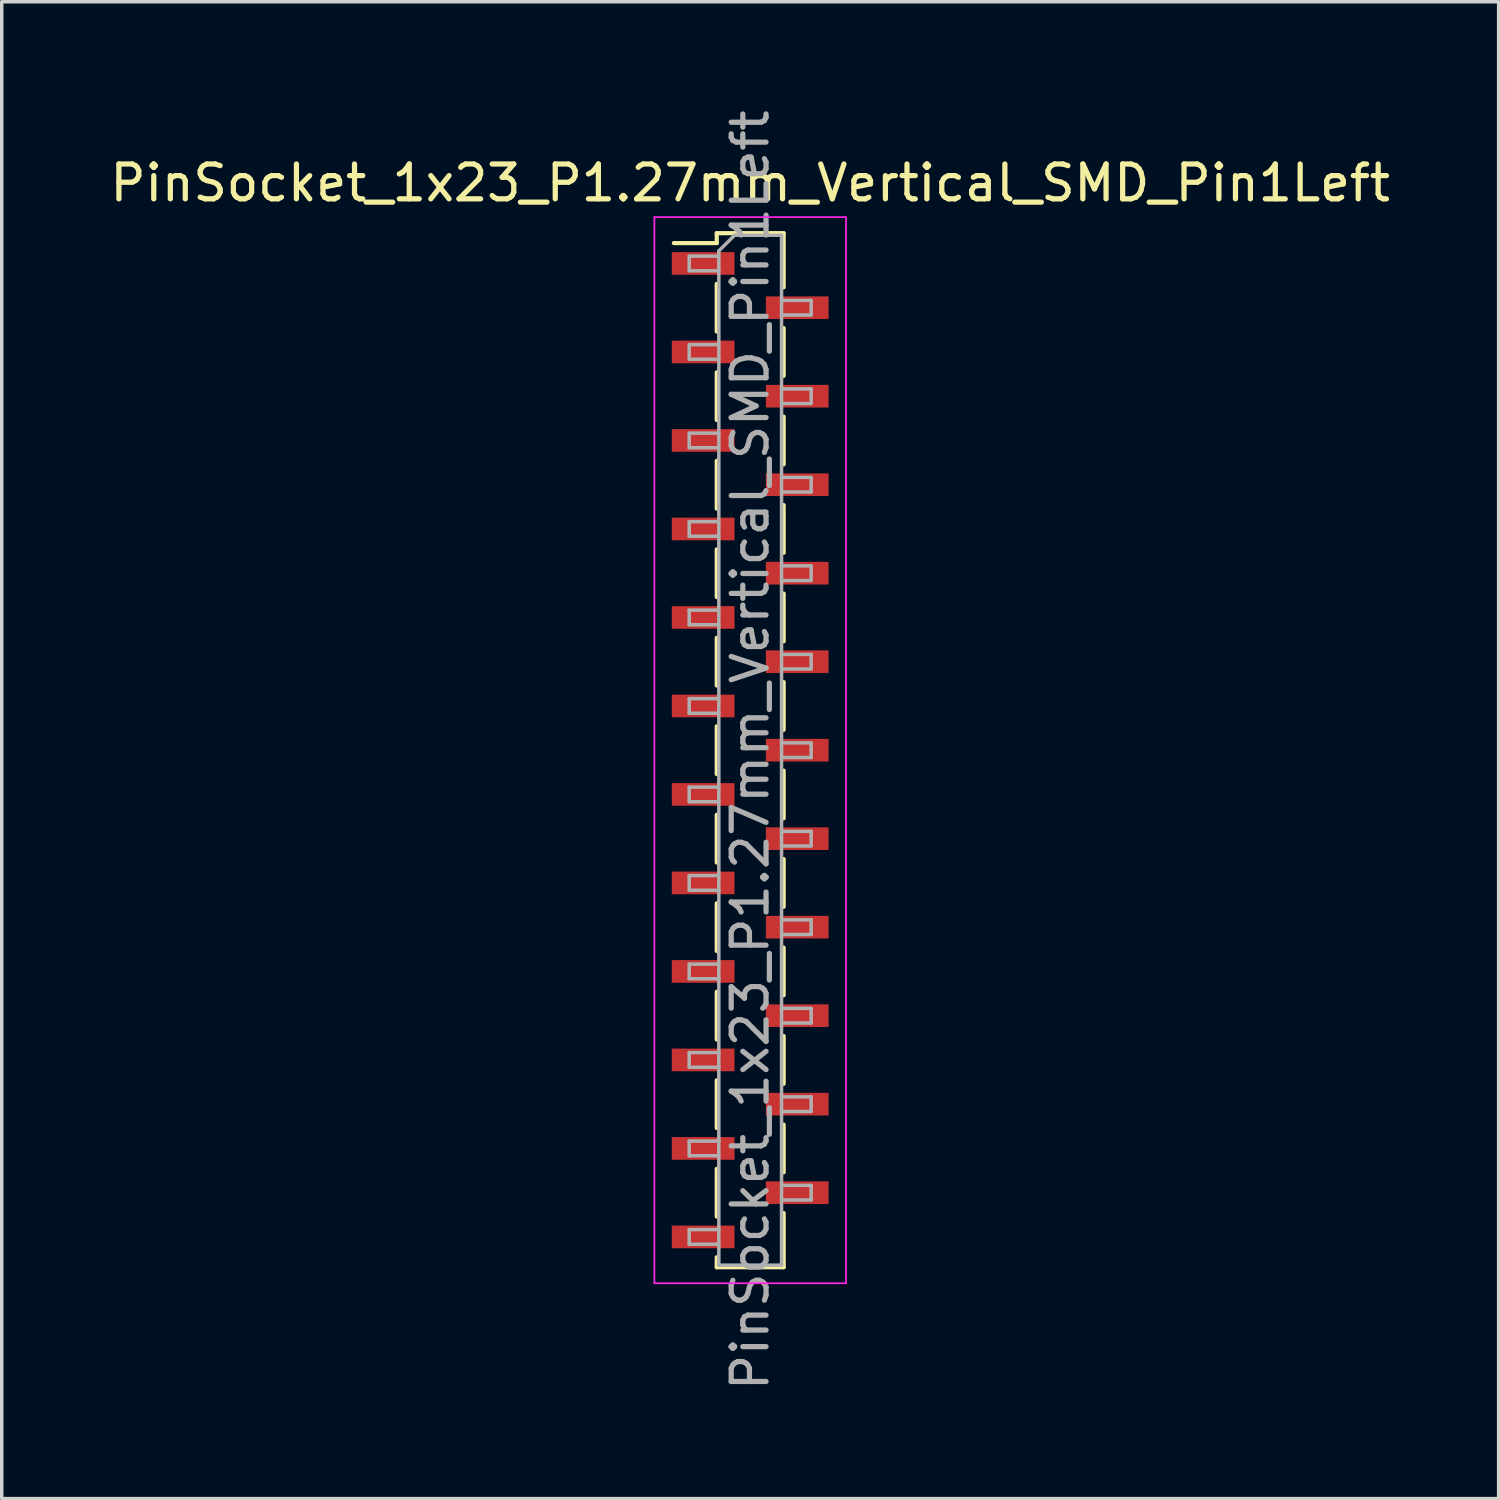
<source format=kicad_pcb>
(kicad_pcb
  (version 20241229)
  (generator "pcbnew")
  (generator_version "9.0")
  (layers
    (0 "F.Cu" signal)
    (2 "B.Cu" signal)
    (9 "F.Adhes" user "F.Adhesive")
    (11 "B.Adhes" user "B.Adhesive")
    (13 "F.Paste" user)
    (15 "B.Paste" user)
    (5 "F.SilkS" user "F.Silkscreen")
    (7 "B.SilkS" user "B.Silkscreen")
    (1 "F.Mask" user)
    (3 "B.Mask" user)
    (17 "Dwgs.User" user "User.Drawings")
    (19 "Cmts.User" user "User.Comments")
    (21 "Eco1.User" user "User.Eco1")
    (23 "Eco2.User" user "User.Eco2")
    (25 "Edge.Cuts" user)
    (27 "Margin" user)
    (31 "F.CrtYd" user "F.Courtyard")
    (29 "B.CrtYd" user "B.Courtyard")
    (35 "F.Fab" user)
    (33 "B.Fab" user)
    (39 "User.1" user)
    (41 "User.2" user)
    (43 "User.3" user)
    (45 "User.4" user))
  (footprint "PinSocket_1x23_P1.27mm_Vertical_SMD_Pin1Left"
    (layer "F.Cu")
    (at 18.482 18.482)
    (property "Reference" "PinSocket_1x23_P1.27mm_Vertical_SMD_Pin1Left" (at 0 -16.28 0) (layer "F.SilkS") (effects (font (size 1 1) (thickness 0.15))))
    (attr smd)
    (fp_line (start -2.19 -14.555) (end -0.96 -14.555) (stroke (width 0.12) (type solid)) (layer "F.SilkS"))
    (fp_line (start -0.96 -14.84) (end -0.96 -14.555) (stroke (width 0.12) (type solid)) (layer "F.SilkS"))
    (fp_line (start -0.96 -14.84) (end 0.96 -14.84) (stroke (width 0.12) (type solid)) (layer "F.SilkS"))
    (fp_line (start -0.96 -13.385) (end -0.96 -12.015) (stroke (width 0.12) (type solid)) (layer "F.SilkS"))
    (fp_line (start -0.96 -10.845) (end -0.96 -9.475) (stroke (width 0.12) (type solid)) (layer "F.SilkS"))
    (fp_line (start -0.96 -8.305) (end -0.96 -6.935) (stroke (width 0.12) (type solid)) (layer "F.SilkS"))
    (fp_line (start -0.96 -5.765) (end -0.96 -4.395) (stroke (width 0.12) (type solid)) (layer "F.SilkS"))
    (fp_line (start -0.96 -3.225) (end -0.96 -1.855) (stroke (width 0.12) (type solid)) (layer "F.SilkS"))
    (fp_line (start -0.96 -0.685) (end -0.96 0.685) (stroke (width 0.12) (type solid)) (layer "F.SilkS"))
    (fp_line (start -0.96 1.855) (end -0.96 3.225) (stroke (width 0.12) (type solid)) (layer "F.SilkS"))
    (fp_line (start -0.96 4.395) (end -0.96 5.765) (stroke (width 0.12) (type solid)) (layer "F.SilkS"))
    (fp_line (start -0.96 6.935) (end -0.96 8.305) (stroke (width 0.12) (type solid)) (layer "F.SilkS"))
    (fp_line (start -0.96 9.475) (end -0.96 10.845) (stroke (width 0.12) (type solid)) (layer "F.SilkS"))
    (fp_line (start -0.96 12.015) (end -0.96 13.385) (stroke (width 0.12) (type solid)) (layer "F.SilkS"))
    (fp_line (start -0.96 14.555) (end -0.96 14.84) (stroke (width 0.12) (type solid)) (layer "F.SilkS"))
    (fp_line (start -0.96 14.84) (end 0.96 14.84) (stroke (width 0.12) (type solid)) (layer "F.SilkS"))
    (fp_line (start 0.96 -14.84) (end 0.96 -13.285) (stroke (width 0.12) (type solid)) (layer "F.SilkS"))
    (fp_line (start 0.96 -12.115) (end 0.96 -10.745) (stroke (width 0.12) (type solid)) (layer "F.SilkS"))
    (fp_line (start 0.96 -9.575) (end 0.96 -8.205) (stroke (width 0.12) (type solid)) (layer "F.SilkS"))
    (fp_line (start 0.96 -7.035) (end 0.96 -5.665) (stroke (width 0.12) (type solid)) (layer "F.SilkS"))
    (fp_line (start 0.96 -4.495) (end 0.96 -3.125) (stroke (width 0.12) (type solid)) (layer "F.SilkS"))
    (fp_line (start 0.96 -1.955) (end 0.96 -0.585) (stroke (width 0.12) (type solid)) (layer "F.SilkS"))
    (fp_line (start 0.96 0.585) (end 0.96 1.955) (stroke (width 0.12) (type solid)) (layer "F.SilkS"))
    (fp_line (start 0.96 3.125) (end 0.96 4.495) (stroke (width 0.12) (type solid)) (layer "F.SilkS"))
    (fp_line (start 0.96 5.665) (end 0.96 7.035) (stroke (width 0.12) (type solid)) (layer "F.SilkS"))
    (fp_line (start 0.96 8.205) (end 0.96 9.575) (stroke (width 0.12) (type solid)) (layer "F.SilkS"))
    (fp_line (start 0.96 10.745) (end 0.96 12.115) (stroke (width 0.12) (type solid)) (layer "F.SilkS"))
    (fp_line (start 0.96 13.285) (end 0.96 14.84) (stroke (width 0.12) (type solid)) (layer "F.SilkS"))
    (fp_line (start -2.75 -15.3) (end 2.75 -15.3) (stroke (width 0.05) (type solid)) (layer "F.CrtYd"))
    (fp_line (start -2.75 15.3) (end -2.75 -15.3) (stroke (width 0.05) (type solid)) (layer "F.CrtYd"))
    (fp_line (start 2.75 -15.3) (end 2.75 15.3) (stroke (width 0.05) (type solid)) (layer "F.CrtYd"))
    (fp_line (start 2.75 15.3) (end -2.75 15.3) (stroke (width 0.05) (type solid)) (layer "F.CrtYd"))
    (fp_line (start -1.75 -14.18) (end -0.9 -14.18) (stroke (width 0.1) (type solid)) (layer "F.Fab"))
    (fp_line (start -1.75 -13.76) (end -1.75 -14.18) (stroke (width 0.1) (type solid)) (layer "F.Fab"))
    (fp_line (start -1.75 -11.64) (end -0.9 -11.64) (stroke (width 0.1) (type solid)) (layer "F.Fab"))
    (fp_line (start -1.75 -11.22) (end -1.75 -11.64) (stroke (width 0.1) (type solid)) (layer "F.Fab"))
    (fp_line (start -1.75 -9.1) (end -0.9 -9.1) (stroke (width 0.1) (type solid)) (layer "F.Fab"))
    (fp_line (start -1.75 -8.68) (end -1.75 -9.1) (stroke (width 0.1) (type solid)) (layer "F.Fab"))
    (fp_line (start -1.75 -6.56) (end -0.9 -6.56) (stroke (width 0.1) (type solid)) (layer "F.Fab"))
    (fp_line (start -1.75 -6.14) (end -1.75 -6.56) (stroke (width 0.1) (type solid)) (layer "F.Fab"))
    (fp_line (start -1.75 -4.02) (end -0.9 -4.02) (stroke (width 0.1) (type solid)) (layer "F.Fab"))
    (fp_line (start -1.75 -3.6) (end -1.75 -4.02) (stroke (width 0.1) (type solid)) (layer "F.Fab"))
    (fp_line (start -1.75 -1.48) (end -0.9 -1.48) (stroke (width 0.1) (type solid)) (layer "F.Fab"))
    (fp_line (start -1.75 -1.06) (end -1.75 -1.48) (stroke (width 0.1) (type solid)) (layer "F.Fab"))
    (fp_line (start -1.75 1.06) (end -0.9 1.06) (stroke (width 0.1) (type solid)) (layer "F.Fab"))
    (fp_line (start -1.75 1.48) (end -1.75 1.06) (stroke (width 0.1) (type solid)) (layer "F.Fab"))
    (fp_line (start -1.75 3.6) (end -0.9 3.6) (stroke (width 0.1) (type solid)) (layer "F.Fab"))
    (fp_line (start -1.75 4.02) (end -1.75 3.6) (stroke (width 0.1) (type solid)) (layer "F.Fab"))
    (fp_line (start -1.75 6.14) (end -0.9 6.14) (stroke (width 0.1) (type solid)) (layer "F.Fab"))
    (fp_line (start -1.75 6.56) (end -1.75 6.14) (stroke (width 0.1) (type solid)) (layer "F.Fab"))
    (fp_line (start -1.75 8.68) (end -0.9 8.68) (stroke (width 0.1) (type solid)) (layer "F.Fab"))
    (fp_line (start -1.75 9.1) (end -1.75 8.68) (stroke (width 0.1) (type solid)) (layer "F.Fab"))
    (fp_line (start -1.75 11.22) (end -0.9 11.22) (stroke (width 0.1) (type solid)) (layer "F.Fab"))
    (fp_line (start -1.75 11.64) (end -1.75 11.22) (stroke (width 0.1) (type solid)) (layer "F.Fab"))
    (fp_line (start -1.75 13.76) (end -0.9 13.76) (stroke (width 0.1) (type solid)) (layer "F.Fab"))
    (fp_line (start -1.75 14.18) (end -1.75 13.76) (stroke (width 0.1) (type solid)) (layer "F.Fab"))
    (fp_line (start -0.9 -14.33) (end -0.45 -14.78) (stroke (width 0.1) (type solid)) (layer "F.Fab"))
    (fp_line (start -0.9 -13.76) (end -1.75 -13.76) (stroke (width 0.1) (type solid)) (layer "F.Fab"))
    (fp_line (start -0.9 -11.22) (end -1.75 -11.22) (stroke (width 0.1) (type solid)) (layer "F.Fab"))
    (fp_line (start -0.9 -8.68) (end -1.75 -8.68) (stroke (width 0.1) (type solid)) (layer "F.Fab"))
    (fp_line (start -0.9 -6.14) (end -1.75 -6.14) (stroke (width 0.1) (type solid)) (layer "F.Fab"))
    (fp_line (start -0.9 -3.6) (end -1.75 -3.6) (stroke (width 0.1) (type solid)) (layer "F.Fab"))
    (fp_line (start -0.9 -1.06) (end -1.75 -1.06) (stroke (width 0.1) (type solid)) (layer "F.Fab"))
    (fp_line (start -0.9 1.48) (end -1.75 1.48) (stroke (width 0.1) (type solid)) (layer "F.Fab"))
    (fp_line (start -0.9 4.02) (end -1.75 4.02) (stroke (width 0.1) (type solid)) (layer "F.Fab"))
    (fp_line (start -0.9 6.56) (end -1.75 6.56) (stroke (width 0.1) (type solid)) (layer "F.Fab"))
    (fp_line (start -0.9 9.1) (end -1.75 9.1) (stroke (width 0.1) (type solid)) (layer "F.Fab"))
    (fp_line (start -0.9 11.64) (end -1.75 11.64) (stroke (width 0.1) (type solid)) (layer "F.Fab"))
    (fp_line (start -0.9 14.18) (end -1.75 14.18) (stroke (width 0.1) (type solid)) (layer "F.Fab"))
    (fp_line (start -0.9 14.78) (end -0.9 -14.33) (stroke (width 0.1) (type solid)) (layer "F.Fab"))
    (fp_line (start -0.45 -14.78) (end 0.9 -14.78) (stroke (width 0.1) (type solid)) (layer "F.Fab"))
    (fp_line (start 0.9 -14.78) (end 0.9 14.78) (stroke (width 0.1) (type solid)) (layer "F.Fab"))
    (fp_line (start 0.9 -12.91) (end 1.75 -12.91) (stroke (width 0.1) (type solid)) (layer "F.Fab"))
    (fp_line (start 0.9 -10.37) (end 1.75 -10.37) (stroke (width 0.1) (type solid)) (layer "F.Fab"))
    (fp_line (start 0.9 -7.83) (end 1.75 -7.83) (stroke (width 0.1) (type solid)) (layer "F.Fab"))
    (fp_line (start 0.9 -5.29) (end 1.75 -5.29) (stroke (width 0.1) (type solid)) (layer "F.Fab"))
    (fp_line (start 0.9 -2.75) (end 1.75 -2.75) (stroke (width 0.1) (type solid)) (layer "F.Fab"))
    (fp_line (start 0.9 -0.21) (end 1.75 -0.21) (stroke (width 0.1) (type solid)) (layer "F.Fab"))
    (fp_line (start 0.9 2.33) (end 1.75 2.33) (stroke (width 0.1) (type solid)) (layer "F.Fab"))
    (fp_line (start 0.9 4.87) (end 1.75 4.87) (stroke (width 0.1) (type solid)) (layer "F.Fab"))
    (fp_line (start 0.9 7.41) (end 1.75 7.41) (stroke (width 0.1) (type solid)) (layer "F.Fab"))
    (fp_line (start 0.9 9.95) (end 1.75 9.95) (stroke (width 0.1) (type solid)) (layer "F.Fab"))
    (fp_line (start 0.9 12.49) (end 1.75 12.49) (stroke (width 0.1) (type solid)) (layer "F.Fab"))
    (fp_line (start 0.9 14.78) (end -0.9 14.78) (stroke (width 0.1) (type solid)) (layer "F.Fab"))
    (fp_line (start 1.75 -12.91) (end 1.75 -12.49) (stroke (width 0.1) (type solid)) (layer "F.Fab"))
    (fp_line (start 1.75 -12.49) (end 0.9 -12.49) (stroke (width 0.1) (type solid)) (layer "F.Fab"))
    (fp_line (start 1.75 -10.37) (end 1.75 -9.95) (stroke (width 0.1) (type solid)) (layer "F.Fab"))
    (fp_line (start 1.75 -9.95) (end 0.9 -9.95) (stroke (width 0.1) (type solid)) (layer "F.Fab"))
    (fp_line (start 1.75 -7.83) (end 1.75 -7.41) (stroke (width 0.1) (type solid)) (layer "F.Fab"))
    (fp_line (start 1.75 -7.41) (end 0.9 -7.41) (stroke (width 0.1) (type solid)) (layer "F.Fab"))
    (fp_line (start 1.75 -5.29) (end 1.75 -4.87) (stroke (width 0.1) (type solid)) (layer "F.Fab"))
    (fp_line (start 1.75 -4.87) (end 0.9 -4.87) (stroke (width 0.1) (type solid)) (layer "F.Fab"))
    (fp_line (start 1.75 -2.75) (end 1.75 -2.33) (stroke (width 0.1) (type solid)) (layer "F.Fab"))
    (fp_line (start 1.75 -2.33) (end 0.9 -2.33) (stroke (width 0.1) (type solid)) (layer "F.Fab"))
    (fp_line (start 1.75 -0.21) (end 1.75 0.21) (stroke (width 0.1) (type solid)) (layer "F.Fab"))
    (fp_line (start 1.75 0.21) (end 0.9 0.21) (stroke (width 0.1) (type solid)) (layer "F.Fab"))
    (fp_line (start 1.75 2.33) (end 1.75 2.75) (stroke (width 0.1) (type solid)) (layer "F.Fab"))
    (fp_line (start 1.75 2.75) (end 0.9 2.75) (stroke (width 0.1) (type solid)) (layer "F.Fab"))
    (fp_line (start 1.75 4.87) (end 1.75 5.29) (stroke (width 0.1) (type solid)) (layer "F.Fab"))
    (fp_line (start 1.75 5.29) (end 0.9 5.29) (stroke (width 0.1) (type solid)) (layer "F.Fab"))
    (fp_line (start 1.75 7.41) (end 1.75 7.83) (stroke (width 0.1) (type solid)) (layer "F.Fab"))
    (fp_line (start 1.75 7.83) (end 0.9 7.83) (stroke (width 0.1) (type solid)) (layer "F.Fab"))
    (fp_line (start 1.75 9.95) (end 1.75 10.37) (stroke (width 0.1) (type solid)) (layer "F.Fab"))
    (fp_line (start 1.75 10.37) (end 0.9 10.37) (stroke (width 0.1) (type solid)) (layer "F.Fab"))
    (fp_line (start 1.75 12.49) (end 1.75 12.91) (stroke (width 0.1) (type solid)) (layer "F.Fab"))
    (fp_line (start 1.75 12.91) (end 0.9 12.91) (stroke (width 0.1) (type solid)) (layer "F.Fab"))
    (fp_text user "${REFERENCE}" (at 0 0 90) (layer "F.Fab") (effects (font (size 1 1) (thickness 0.15))))
    (pad "1" smd rect (at -1.35 -13.97) (size 1.8 0.65) (layers "F.Cu" "F.Mask" "F.Paste"))
    (pad "2" smd rect (at 1.35 -12.7) (size 1.8 0.65) (layers "F.Cu" "F.Mask" "F.Paste"))
    (pad "3" smd rect (at -1.35 -11.43) (size 1.8 0.65) (layers "F.Cu" "F.Mask" "F.Paste"))
    (pad "4" smd rect (at 1.35 -10.16) (size 1.8 0.65) (layers "F.Cu" "F.Mask" "F.Paste"))
    (pad "5" smd rect (at -1.35 -8.89) (size 1.8 0.65) (layers "F.Cu" "F.Mask" "F.Paste"))
    (pad "6" smd rect (at 1.35 -7.62) (size 1.8 0.65) (layers "F.Cu" "F.Mask" "F.Paste"))
    (pad "7" smd rect (at -1.35 -6.35) (size 1.8 0.65) (layers "F.Cu" "F.Mask" "F.Paste"))
    (pad "8" smd rect (at 1.35 -5.08) (size 1.8 0.65) (layers "F.Cu" "F.Mask" "F.Paste"))
    (pad "9" smd rect (at -1.35 -3.81) (size 1.8 0.65) (layers "F.Cu" "F.Mask" "F.Paste"))
    (pad "10" smd rect (at 1.35 -2.54) (size 1.8 0.65) (layers "F.Cu" "F.Mask" "F.Paste"))
    (pad "11" smd rect (at -1.35 -1.27) (size 1.8 0.65) (layers "F.Cu" "F.Mask" "F.Paste"))
    (pad "12" smd rect (at 1.35 0) (size 1.8 0.65) (layers "F.Cu" "F.Mask" "F.Paste"))
    (pad "13" smd rect (at -1.35 1.27) (size 1.8 0.65) (layers "F.Cu" "F.Mask" "F.Paste"))
    (pad "14" smd rect (at 1.35 2.54) (size 1.8 0.65) (layers "F.Cu" "F.Mask" "F.Paste"))
    (pad "15" smd rect (at -1.35 3.81) (size 1.8 0.65) (layers "F.Cu" "F.Mask" "F.Paste"))
    (pad "16" smd rect (at 1.35 5.08) (size 1.8 0.65) (layers "F.Cu" "F.Mask" "F.Paste"))
    (pad "17" smd rect (at -1.35 6.35) (size 1.8 0.65) (layers "F.Cu" "F.Mask" "F.Paste"))
    (pad "18" smd rect (at 1.35 7.62) (size 1.8 0.65) (layers "F.Cu" "F.Mask" "F.Paste"))
    (pad "19" smd rect (at -1.35 8.89) (size 1.8 0.65) (layers "F.Cu" "F.Mask" "F.Paste"))
    (pad "20" smd rect (at 1.35 10.16) (size 1.8 0.65) (layers "F.Cu" "F.Mask" "F.Paste"))
    (pad "21" smd rect (at -1.35 11.43) (size 1.8 0.65) (layers "F.Cu" "F.Mask" "F.Paste"))
    (pad "22" smd rect (at 1.35 12.7) (size 1.8 0.65) (layers "F.Cu" "F.Mask" "F.Paste"))
    (pad "23" smd rect (at -1.35 13.97) (size 1.8 0.65) (layers "F.Cu" "F.Mask" "F.Paste")))
  (gr_rect
    (start -3 -3)
    (end 39.964 39.964)
    (stroke (width 0.1) (type default))
    (fill no)
    (layer "Edge.Cuts")))
</source>
